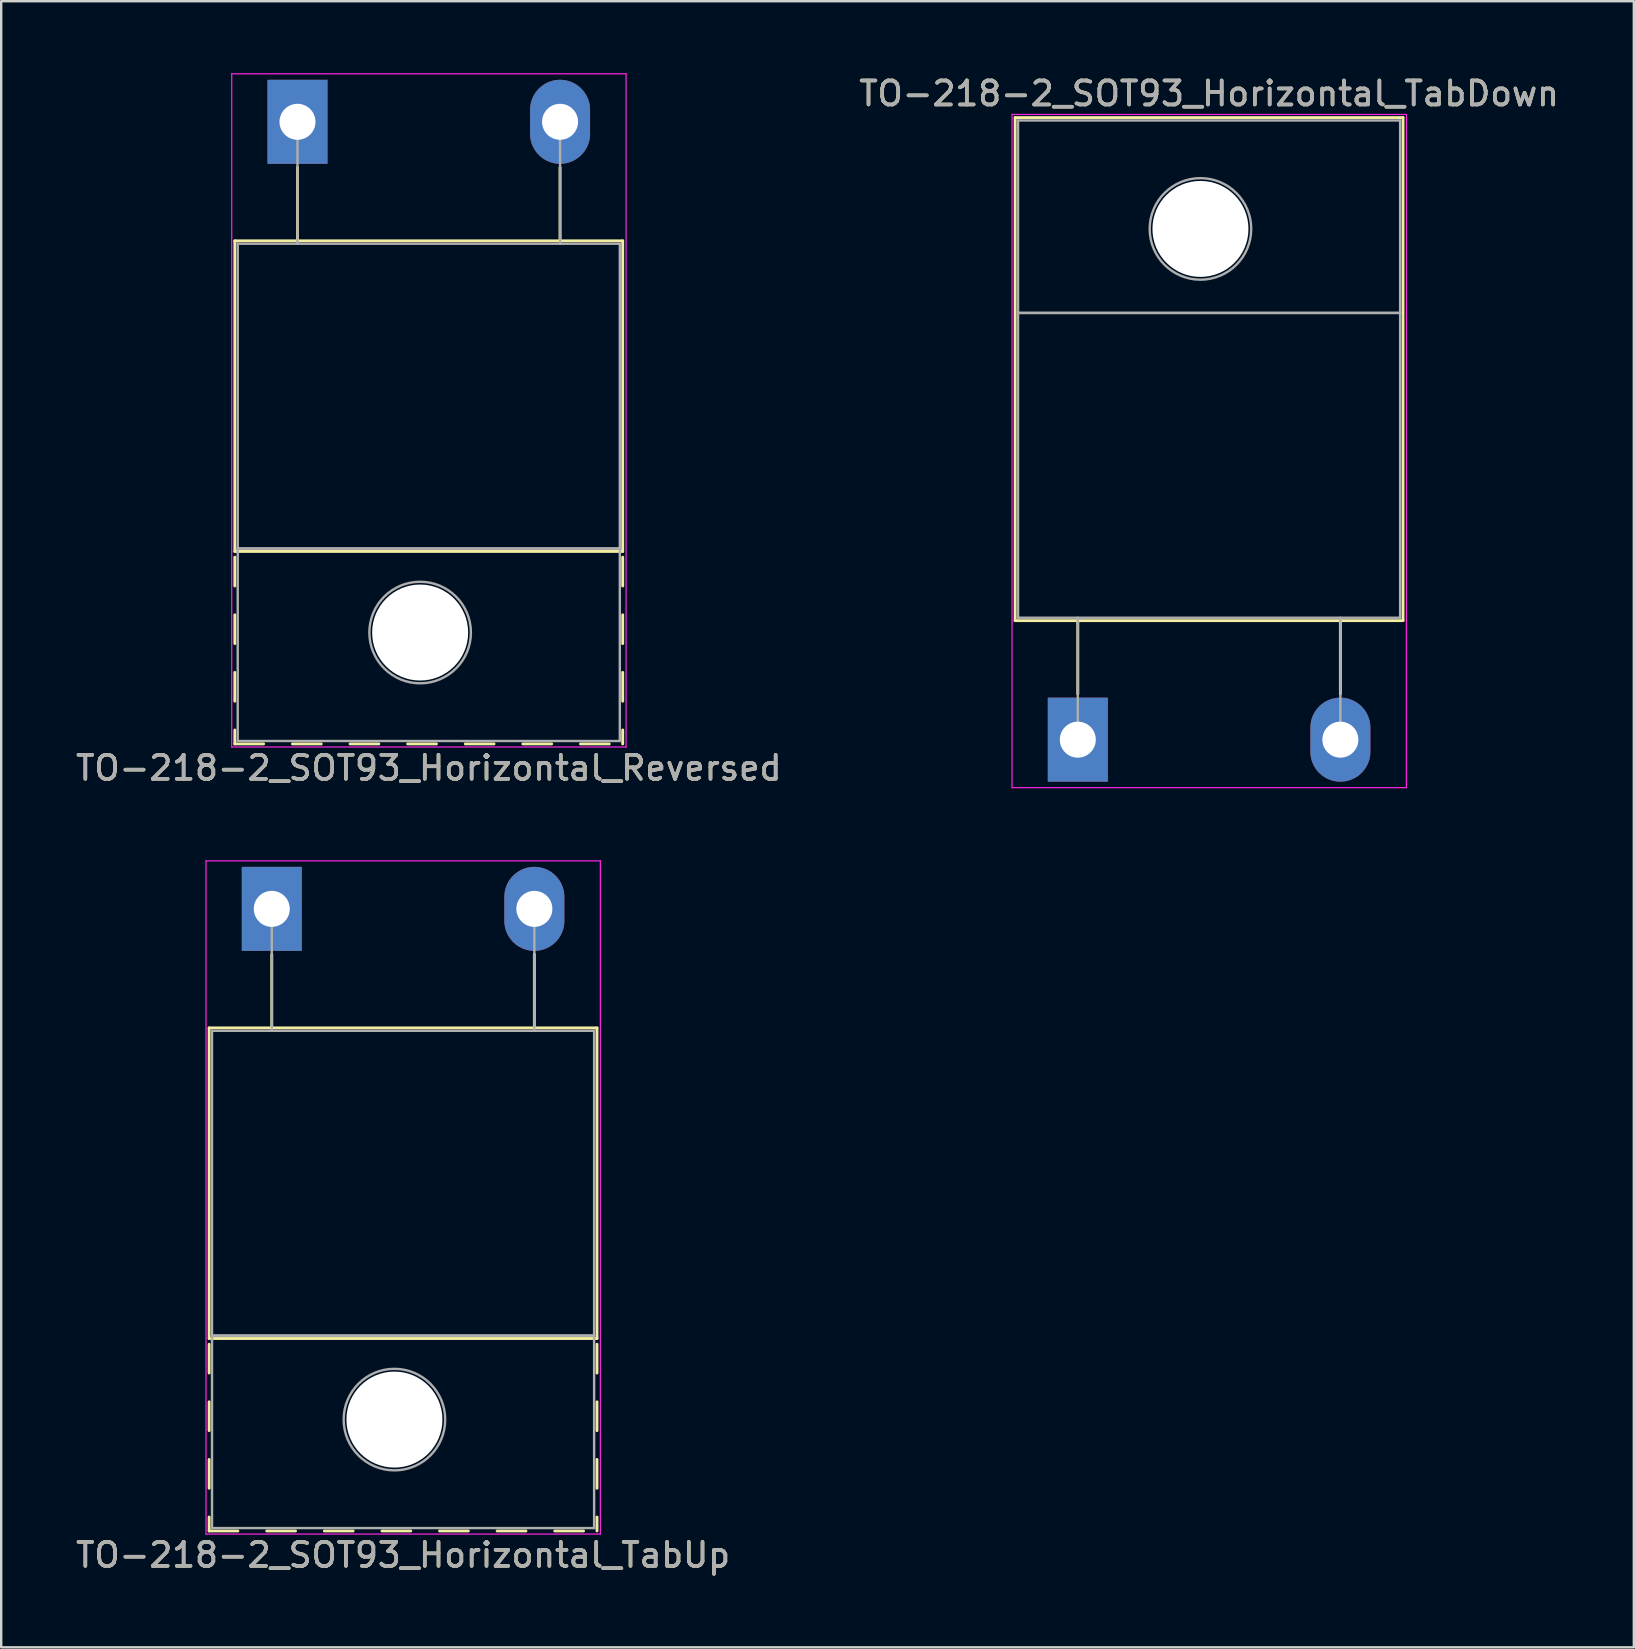
<source format=kicad_pcb>
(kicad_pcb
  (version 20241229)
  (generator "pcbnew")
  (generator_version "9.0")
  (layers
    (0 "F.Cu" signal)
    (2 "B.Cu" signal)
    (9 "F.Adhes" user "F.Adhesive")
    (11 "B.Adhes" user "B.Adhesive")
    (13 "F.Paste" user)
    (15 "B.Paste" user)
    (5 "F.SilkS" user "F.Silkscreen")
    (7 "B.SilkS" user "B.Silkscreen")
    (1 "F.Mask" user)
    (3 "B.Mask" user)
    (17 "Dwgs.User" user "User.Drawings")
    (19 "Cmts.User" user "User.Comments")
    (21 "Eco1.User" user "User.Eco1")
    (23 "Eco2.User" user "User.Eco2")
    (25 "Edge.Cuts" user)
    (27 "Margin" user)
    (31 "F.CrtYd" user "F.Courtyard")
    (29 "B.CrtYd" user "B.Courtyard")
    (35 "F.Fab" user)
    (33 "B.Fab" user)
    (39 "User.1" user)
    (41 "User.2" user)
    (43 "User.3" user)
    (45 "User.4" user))
  (footprint "TO-218-2_SOT93_Horizontal_TabUp"
    (layer "F.Cu")
    (at 8.274 34.818)
    (property "Reference" "TO-218-2_SOT93_Horizontal_TabUp" (at 5.47 26.92 0) (layer "F.SilkS") (effects (font (size 1 1) (thickness 0.15))))
    (attr through_hole)
    (fp_line (start -2.611 4.96) (end -2.611 17.9) (stroke (width 0.12) (type solid)) (layer "F.SilkS"))
    (fp_line (start -2.611 4.96) (end 13.55 4.96) (stroke (width 0.12) (type solid)) (layer "F.SilkS"))
    (fp_line (start -2.611 17.9) (end 13.55 17.9) (stroke (width 0.12) (type solid)) (layer "F.SilkS"))
    (fp_line (start -2.611 18.14) (end -2.611 19.34) (stroke (width 0.12) (type solid)) (layer "F.SilkS"))
    (fp_line (start -2.611 20.54) (end -2.611 21.74) (stroke (width 0.12) (type solid)) (layer "F.SilkS"))
    (fp_line (start -2.611 22.94) (end -2.611 24.14) (stroke (width 0.12) (type solid)) (layer "F.SilkS"))
    (fp_line (start -2.611 25.34) (end -2.611 25.92) (stroke (width 0.12) (type solid)) (layer "F.SilkS"))
    (fp_line (start -2.611 25.92) (end -1.411 25.92) (stroke (width 0.12) (type solid)) (layer "F.SilkS"))
    (fp_line (start -0.211 25.92) (end 0.99 25.92) (stroke (width 0.12) (type solid)) (layer "F.SilkS"))
    (fp_line (start 0 1.9) (end 0 4.96) (stroke (width 0.12) (type solid)) (layer "F.SilkS"))
    (fp_line (start 2.19 25.92) (end 3.39 25.92) (stroke (width 0.12) (type solid)) (layer "F.SilkS"))
    (fp_line (start 4.59 25.92) (end 5.79 25.92) (stroke (width 0.12) (type solid)) (layer "F.SilkS"))
    (fp_line (start 6.99 25.92) (end 8.19 25.92) (stroke (width 0.12) (type solid)) (layer "F.SilkS"))
    (fp_line (start 9.39 25.92) (end 10.59 25.92) (stroke (width 0.12) (type solid)) (layer "F.SilkS"))
    (fp_line (start 10.94 1.9) (end 10.94 4.96) (stroke (width 0.12) (type solid)) (layer "F.SilkS"))
    (fp_line (start 11.79 25.92) (end 12.99 25.92) (stroke (width 0.12) (type solid)) (layer "F.SilkS"))
    (fp_line (start 13.55 4.96) (end 13.55 17.9) (stroke (width 0.12) (type solid)) (layer "F.SilkS"))
    (fp_line (start 13.55 18.14) (end 13.55 19.34) (stroke (width 0.12) (type solid)) (layer "F.SilkS"))
    (fp_line (start 13.55 20.54) (end 13.55 21.74) (stroke (width 0.12) (type solid)) (layer "F.SilkS"))
    (fp_line (start 13.55 22.94) (end 13.55 24.14) (stroke (width 0.12) (type solid)) (layer "F.SilkS"))
    (fp_line (start 13.55 25.34) (end 13.55 25.92) (stroke (width 0.12) (type solid)) (layer "F.SilkS"))
    (fp_line (start -2.74 -2) (end -2.74 26.05) (stroke (width 0.05) (type solid)) (layer "F.CrtYd"))
    (fp_line (start -2.74 26.05) (end 13.69 26.05) (stroke (width 0.05) (type solid)) (layer "F.CrtYd"))
    (fp_line (start 13.69 -2) (end -2.74 -2) (stroke (width 0.05) (type solid)) (layer "F.CrtYd"))
    (fp_line (start 13.69 26.05) (end 13.69 -2) (stroke (width 0.05) (type solid)) (layer "F.CrtYd"))
    (fp_line (start -2.49 5.08) (end -2.49 17.78) (stroke (width 0.1) (type solid)) (layer "F.Fab"))
    (fp_line (start -2.49 17.78) (end -2.49 25.8) (stroke (width 0.1) (type solid)) (layer "F.Fab"))
    (fp_line (start -2.49 17.78) (end 13.43 17.78) (stroke (width 0.1) (type solid)) (layer "F.Fab"))
    (fp_line (start -2.49 25.8) (end 13.43 25.8) (stroke (width 0.1) (type solid)) (layer "F.Fab"))
    (fp_line (start 0 5.08) (end 0 0) (stroke (width 0.1) (type solid)) (layer "F.Fab"))
    (fp_line (start 10.94 5.08) (end 10.94 0) (stroke (width 0.1) (type solid)) (layer "F.Fab"))
    (fp_line (start 13.43 5.08) (end -2.49 5.08) (stroke (width 0.1) (type solid)) (layer "F.Fab"))
    (fp_line (start 13.43 17.78) (end -2.49 17.78) (stroke (width 0.1) (type solid)) (layer "F.Fab"))
    (fp_line (start 13.43 17.78) (end 13.43 5.08) (stroke (width 0.1) (type solid)) (layer "F.Fab"))
    (fp_line (start 13.43 25.8) (end 13.43 17.78) (stroke (width 0.1) (type solid)) (layer "F.Fab"))
    (fp_circle (center 5.11 21.28) (end 7.225 21.28) (stroke (width 0.1) (type solid)) (fill no) (layer "F.Fab"))
    (fp_text user "${REFERENCE}" (at 5.47 26.92 0) (layer "F.Fab") (effects (font (size 1 1) (thickness 0.15))))
    (pad "" np_thru_hole oval (at 5.11 21.28) (size 4 4) (drill 4) (layers "*.Cu" "*.Mask"))
    (pad "1" thru_hole rect (at 0 0) (size 2.5 3.5) (drill 1.5) (layers "*.Cu" "*.Mask"))
    (pad "2" thru_hole oval (at 10.94 0) (size 2.5 3.5) (drill 1.5) (layers "*.Cu" "*.Mask")))
  (footprint "TO-218-2_SOT93_Horizontal_Reversed"
    (layer "F.Cu")
    (at 9.345 2.025)
    (property "Reference" "TO-218-2_SOT93_Horizontal_Reversed" (at 5.47 26.92 0) (layer "F.SilkS") (effects (font (size 1 1) (thickness 0.15))))
    (attr through_hole)
    (fp_line (start -2.611 4.96) (end -2.611 17.9) (stroke (width 0.12) (type solid)) (layer "F.SilkS"))
    (fp_line (start -2.611 4.96) (end 13.55 4.96) (stroke (width 0.12) (type solid)) (layer "F.SilkS"))
    (fp_line (start -2.611 17.9) (end 13.55 17.9) (stroke (width 0.12) (type solid)) (layer "F.SilkS"))
    (fp_line (start -2.611 18.14) (end -2.611 19.34) (stroke (width 0.12) (type solid)) (layer "F.SilkS"))
    (fp_line (start -2.611 20.54) (end -2.611 21.74) (stroke (width 0.12) (type solid)) (layer "F.SilkS"))
    (fp_line (start -2.611 22.94) (end -2.611 24.14) (stroke (width 0.12) (type solid)) (layer "F.SilkS"))
    (fp_line (start -2.611 25.34) (end -2.611 25.92) (stroke (width 0.12) (type solid)) (layer "F.SilkS"))
    (fp_line (start -2.611 25.92) (end -1.411 25.92) (stroke (width 0.12) (type solid)) (layer "F.SilkS"))
    (fp_line (start -0.211 25.92) (end 0.99 25.92) (stroke (width 0.12) (type solid)) (layer "F.SilkS"))
    (fp_line (start 0 1.9) (end 0 4.96) (stroke (width 0.12) (type solid)) (layer "F.SilkS"))
    (fp_line (start 2.19 25.92) (end 3.39 25.92) (stroke (width 0.12) (type solid)) (layer "F.SilkS"))
    (fp_line (start 4.59 25.92) (end 5.79 25.92) (stroke (width 0.12) (type solid)) (layer "F.SilkS"))
    (fp_line (start 6.99 25.92) (end 8.19 25.92) (stroke (width 0.12) (type solid)) (layer "F.SilkS"))
    (fp_line (start 9.39 25.92) (end 10.59 25.92) (stroke (width 0.12) (type solid)) (layer "F.SilkS"))
    (fp_line (start 10.94 1.9) (end 10.94 4.96) (stroke (width 0.12) (type solid)) (layer "F.SilkS"))
    (fp_line (start 11.79 25.92) (end 12.99 25.92) (stroke (width 0.12) (type solid)) (layer "F.SilkS"))
    (fp_line (start 13.55 4.96) (end 13.55 17.9) (stroke (width 0.12) (type solid)) (layer "F.SilkS"))
    (fp_line (start 13.55 18.14) (end 13.55 19.34) (stroke (width 0.12) (type solid)) (layer "F.SilkS"))
    (fp_line (start 13.55 20.54) (end 13.55 21.74) (stroke (width 0.12) (type solid)) (layer "F.SilkS"))
    (fp_line (start 13.55 22.94) (end 13.55 24.14) (stroke (width 0.12) (type solid)) (layer "F.SilkS"))
    (fp_line (start 13.55 25.34) (end 13.55 25.92) (stroke (width 0.12) (type solid)) (layer "F.SilkS"))
    (fp_line (start -2.74 -2) (end -2.74 26.05) (stroke (width 0.05) (type solid)) (layer "F.CrtYd"))
    (fp_line (start -2.74 26.05) (end 13.69 26.05) (stroke (width 0.05) (type solid)) (layer "F.CrtYd"))
    (fp_line (start 13.69 -2) (end -2.74 -2) (stroke (width 0.05) (type solid)) (layer "F.CrtYd"))
    (fp_line (start 13.69 26.05) (end 13.69 -2) (stroke (width 0.05) (type solid)) (layer "F.CrtYd"))
    (fp_line (start -2.49 5.08) (end -2.49 17.78) (stroke (width 0.1) (type solid)) (layer "F.Fab"))
    (fp_line (start -2.49 17.78) (end -2.49 25.8) (stroke (width 0.1) (type solid)) (layer "F.Fab"))
    (fp_line (start -2.49 17.78) (end 13.43 17.78) (stroke (width 0.1) (type solid)) (layer "F.Fab"))
    (fp_line (start -2.49 25.8) (end 13.43 25.8) (stroke (width 0.1) (type solid)) (layer "F.Fab"))
    (fp_line (start 0 5.08) (end 0 0) (stroke (width 0.1) (type solid)) (layer "F.Fab"))
    (fp_line (start 10.94 5.08) (end 10.94 0) (stroke (width 0.1) (type solid)) (layer "F.Fab"))
    (fp_line (start 13.43 5.08) (end -2.49 5.08) (stroke (width 0.1) (type solid)) (layer "F.Fab"))
    (fp_line (start 13.43 17.78) (end -2.49 17.78) (stroke (width 0.1) (type solid)) (layer "F.Fab"))
    (fp_line (start 13.43 17.78) (end 13.43 5.08) (stroke (width 0.1) (type solid)) (layer "F.Fab"))
    (fp_line (start 13.43 25.8) (end 13.43 17.78) (stroke (width 0.1) (type solid)) (layer "F.Fab"))
    (fp_circle (center 5.11 21.28) (end 7.225 21.28) (stroke (width 0.1) (type solid)) (fill no) (layer "F.Fab"))
    (fp_text user "${REFERENCE}" (at 5.47 26.92 0) (layer "F.Fab") (effects (font (size 1 1) (thickness 0.15))))
    (pad "" np_thru_hole oval (at 5.11 21.28) (size 4 4) (drill 4) (layers "*.Cu" "*.Mask"))
    (pad "1" thru_hole rect (at 0 0) (size 2.5 3.5) (drill 1.5) (layers "*.Cu" "*.Mask"))
    (pad "2" thru_hole oval (at 10.94 0) (size 2.5 3.5) (drill 1.5) (layers "*.Cu" "*.Mask")))
  (footprint "TO-218-2_SOT93_Horizontal_TabDown"
    (layer "F.Cu")
    (at 41.857 27.768)
    (property "Reference" "TO-218-2_SOT93_Horizontal_TabDown" (at 5.47 -26.92 0) (layer "F.SilkS") (effects (font (size 1 1) (thickness 0.15))))
    (attr through_hole)
    (fp_line (start -2.611 -25.92) (end -2.611 -4.96) (stroke (width 0.12) (type solid)) (layer "F.SilkS"))
    (fp_line (start -2.611 -25.92) (end 13.55 -25.92) (stroke (width 0.12) (type solid)) (layer "F.SilkS"))
    (fp_line (start -2.611 -4.96) (end 13.55 -4.96) (stroke (width 0.12) (type solid)) (layer "F.SilkS"))
    (fp_line (start 0 -4.96) (end 0 -1.9) (stroke (width 0.12) (type solid)) (layer "F.SilkS"))
    (fp_line (start 10.94 -4.96) (end 10.94 -1.9) (stroke (width 0.12) (type solid)) (layer "F.SilkS"))
    (fp_line (start 13.55 -25.92) (end 13.55 -4.96) (stroke (width 0.12) (type solid)) (layer "F.SilkS"))
    (fp_line (start -2.74 -26.05) (end -2.74 2) (stroke (width 0.05) (type solid)) (layer "F.CrtYd"))
    (fp_line (start -2.74 2) (end 13.69 2) (stroke (width 0.05) (type solid)) (layer "F.CrtYd"))
    (fp_line (start 13.69 -26.05) (end -2.74 -26.05) (stroke (width 0.05) (type solid)) (layer "F.CrtYd"))
    (fp_line (start 13.69 2) (end 13.69 -26.05) (stroke (width 0.05) (type solid)) (layer "F.CrtYd"))
    (fp_line (start -2.49 -25.8) (end 13.43 -25.8) (stroke (width 0.1) (type solid)) (layer "F.Fab"))
    (fp_line (start -2.49 -17.78) (end -2.49 -25.8) (stroke (width 0.1) (type solid)) (layer "F.Fab"))
    (fp_line (start -2.49 -17.78) (end 13.43 -17.78) (stroke (width 0.1) (type solid)) (layer "F.Fab"))
    (fp_line (start -2.49 -5.08) (end -2.49 -17.78) (stroke (width 0.1) (type solid)) (layer "F.Fab"))
    (fp_line (start 0 -5.08) (end 0 0) (stroke (width 0.1) (type solid)) (layer "F.Fab"))
    (fp_line (start 10.94 -5.08) (end 10.94 0) (stroke (width 0.1) (type solid)) (layer "F.Fab"))
    (fp_line (start 13.43 -25.8) (end 13.43 -17.78) (stroke (width 0.1) (type solid)) (layer "F.Fab"))
    (fp_line (start 13.43 -17.78) (end -2.49 -17.78) (stroke (width 0.1) (type solid)) (layer "F.Fab"))
    (fp_line (start 13.43 -17.78) (end 13.43 -5.08) (stroke (width 0.1) (type solid)) (layer "F.Fab"))
    (fp_line (start 13.43 -5.08) (end -2.49 -5.08) (stroke (width 0.1) (type solid)) (layer "F.Fab"))
    (fp_circle (center 5.11 -21.28) (end 7.225 -21.28) (stroke (width 0.1) (type solid)) (fill no) (layer "F.Fab"))
    (fp_text user "${REFERENCE}" (at 5.47 -26.92 0) (layer "F.Fab") (effects (font (size 1 1) (thickness 0.15))))
    (pad "" np_thru_hole oval (at 5.11 -21.28) (size 4 4) (drill 4) (layers "*.Cu" "*.Mask"))
    (pad "1" thru_hole rect (at 0 0) (size 2.5 3.5) (drill 1.5) (layers "*.Cu" "*.Mask"))
    (pad "2" thru_hole oval (at 10.94 0) (size 2.5 3.5) (drill 1.5) (layers "*.Cu" "*.Mask")))
  (gr_rect
    (start -3 -3)
    (end 65.024 65.587)
    (stroke (width 0.1) (type default))
    (fill no)
    (layer "Edge.Cuts")))
</source>
